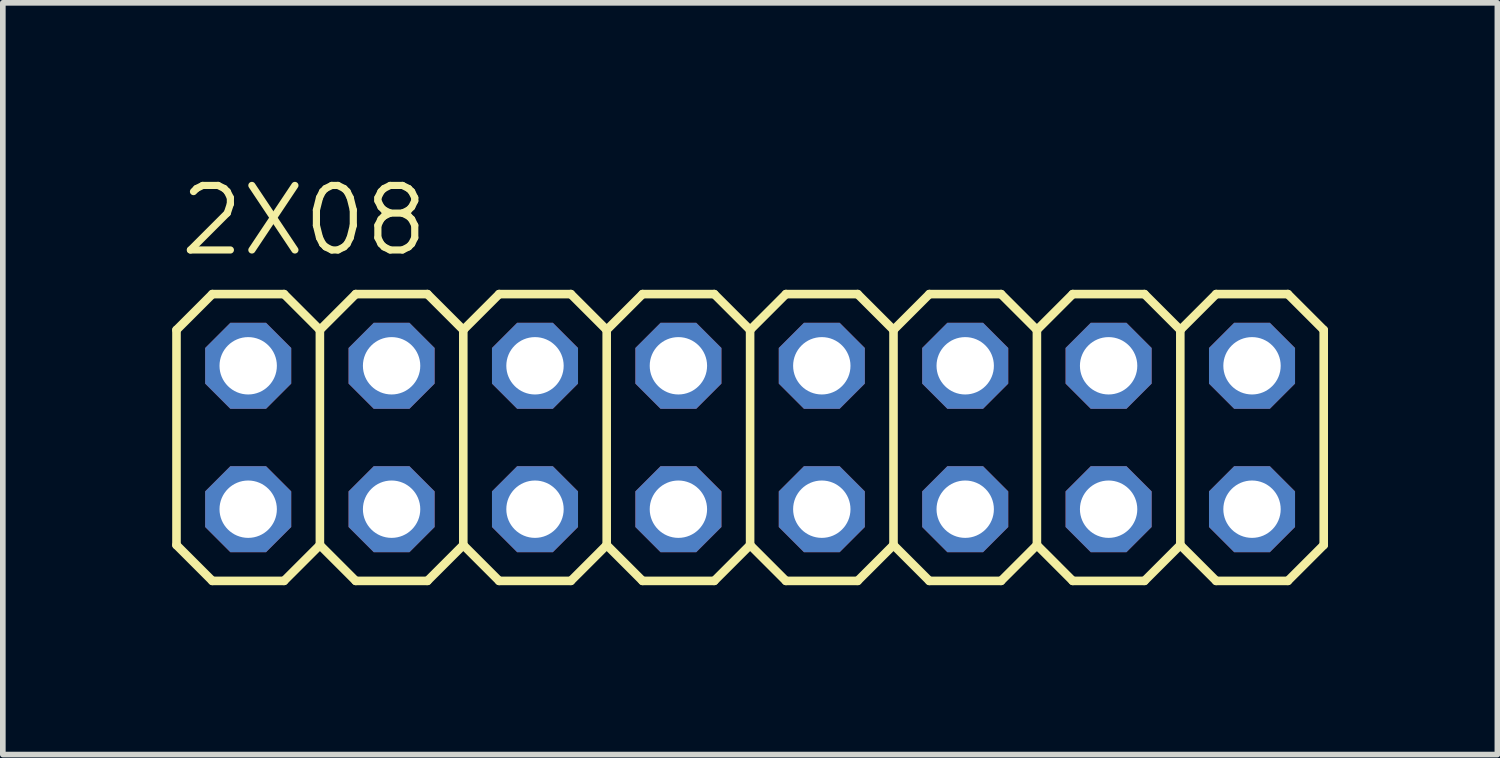
<source format=kicad_pcb>
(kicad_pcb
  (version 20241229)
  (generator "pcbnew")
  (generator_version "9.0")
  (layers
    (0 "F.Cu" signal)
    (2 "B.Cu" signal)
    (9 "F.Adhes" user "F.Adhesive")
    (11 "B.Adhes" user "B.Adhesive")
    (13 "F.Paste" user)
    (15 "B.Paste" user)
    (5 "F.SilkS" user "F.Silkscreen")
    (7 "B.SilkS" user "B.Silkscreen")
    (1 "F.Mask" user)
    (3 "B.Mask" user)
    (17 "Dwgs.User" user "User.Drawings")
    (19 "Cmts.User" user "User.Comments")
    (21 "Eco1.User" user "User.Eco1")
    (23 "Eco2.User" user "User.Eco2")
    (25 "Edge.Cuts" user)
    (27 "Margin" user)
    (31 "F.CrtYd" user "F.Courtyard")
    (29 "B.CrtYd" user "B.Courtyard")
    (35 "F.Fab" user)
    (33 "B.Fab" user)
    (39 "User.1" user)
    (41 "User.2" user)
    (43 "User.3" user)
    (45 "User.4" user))
  (footprint "2X08"
    (layer "F.Cu")
    (at 10.236 4.699)
    (property "Reference" "2X08" (at -10.16 -3.175 0) (unlocked yes) (layer "F.SilkS") (effects (font (size 1.143 1.143) (thickness 0.127)) (justify left bottom)))
    (fp_line (start -10.16 -1.905) (end -9.525 -2.54) (stroke (width 0.152) (type solid)) (layer "F.SilkS"))
    (fp_line (start -10.16 1.905) (end -10.16 -1.905) (stroke (width 0.152) (type solid)) (layer "F.SilkS"))
    (fp_line (start -10.16 1.905) (end -9.525 2.54) (stroke (width 0.152) (type solid)) (layer "F.SilkS"))
    (fp_line (start -9.525 -2.54) (end -8.255 -2.54) (stroke (width 0.152) (type solid)) (layer "F.SilkS"))
    (fp_line (start -9.525 2.54) (end -8.255 2.54) (stroke (width 0.152) (type solid)) (layer "F.SilkS"))
    (fp_line (start -8.255 -2.54) (end -7.62 -1.905) (stroke (width 0.152) (type solid)) (layer "F.SilkS"))
    (fp_line (start -8.255 2.54) (end -7.62 1.905) (stroke (width 0.152) (type solid)) (layer "F.SilkS"))
    (fp_line (start -7.62 -1.905) (end -7.62 1.905) (stroke (width 0.152) (type solid)) (layer "F.SilkS"))
    (fp_line (start -7.62 -1.905) (end -6.985 -2.54) (stroke (width 0.152) (type solid)) (layer "F.SilkS"))
    (fp_line (start -7.62 1.905) (end -6.985 2.54) (stroke (width 0.152) (type solid)) (layer "F.SilkS"))
    (fp_line (start -6.985 -2.54) (end -5.715 -2.54) (stroke (width 0.152) (type solid)) (layer "F.SilkS"))
    (fp_line (start -6.985 2.54) (end -5.715 2.54) (stroke (width 0.152) (type solid)) (layer "F.SilkS"))
    (fp_line (start -5.715 -2.54) (end -5.08 -1.905) (stroke (width 0.152) (type solid)) (layer "F.SilkS"))
    (fp_line (start -5.715 2.54) (end -5.08 1.905) (stroke (width 0.152) (type solid)) (layer "F.SilkS"))
    (fp_line (start -5.08 -1.905) (end -5.08 1.905) (stroke (width 0.152) (type solid)) (layer "F.SilkS"))
    (fp_line (start -5.08 -1.905) (end -4.445 -2.54) (stroke (width 0.152) (type solid)) (layer "F.SilkS"))
    (fp_line (start -5.08 1.905) (end -4.445 2.54) (stroke (width 0.152) (type solid)) (layer "F.SilkS"))
    (fp_line (start -4.445 -2.54) (end -3.175 -2.54) (stroke (width 0.152) (type solid)) (layer "F.SilkS"))
    (fp_line (start -4.445 2.54) (end -3.175 2.54) (stroke (width 0.152) (type solid)) (layer "F.SilkS"))
    (fp_line (start -3.175 -2.54) (end -2.54 -1.905) (stroke (width 0.152) (type solid)) (layer "F.SilkS"))
    (fp_line (start -3.175 2.54) (end -2.54 1.905) (stroke (width 0.152) (type solid)) (layer "F.SilkS"))
    (fp_line (start -2.54 -1.905) (end -2.54 1.905) (stroke (width 0.152) (type solid)) (layer "F.SilkS"))
    (fp_line (start -2.54 -1.905) (end -1.905 -2.54) (stroke (width 0.152) (type solid)) (layer "F.SilkS"))
    (fp_line (start -2.54 1.905) (end -1.905 2.54) (stroke (width 0.152) (type solid)) (layer "F.SilkS"))
    (fp_line (start -1.905 -2.54) (end -0.635 -2.54) (stroke (width 0.152) (type solid)) (layer "F.SilkS"))
    (fp_line (start -1.905 2.54) (end -0.635 2.54) (stroke (width 0.152) (type solid)) (layer "F.SilkS"))
    (fp_line (start -0.635 -2.54) (end 0 -1.905) (stroke (width 0.152) (type solid)) (layer "F.SilkS"))
    (fp_line (start -0.635 2.54) (end 0 1.905) (stroke (width 0.152) (type solid)) (layer "F.SilkS"))
    (fp_line (start 0 -1.905) (end 0 1.905) (stroke (width 0.152) (type solid)) (layer "F.SilkS"))
    (fp_line (start 0 -1.905) (end 0.635 -2.54) (stroke (width 0.152) (type solid)) (layer "F.SilkS"))
    (fp_line (start 0 1.905) (end 0.635 2.54) (stroke (width 0.152) (type solid)) (layer "F.SilkS"))
    (fp_line (start 0.635 -2.54) (end 1.905 -2.54) (stroke (width 0.152) (type solid)) (layer "F.SilkS"))
    (fp_line (start 0.635 2.54) (end 1.905 2.54) (stroke (width 0.152) (type solid)) (layer "F.SilkS"))
    (fp_line (start 1.905 -2.54) (end 2.54 -1.905) (stroke (width 0.152) (type solid)) (layer "F.SilkS"))
    (fp_line (start 1.905 2.54) (end 2.54 1.905) (stroke (width 0.152) (type solid)) (layer "F.SilkS"))
    (fp_line (start 2.54 -1.905) (end 2.54 1.905) (stroke (width 0.152) (type solid)) (layer "F.SilkS"))
    (fp_line (start 2.54 -1.905) (end 3.175 -2.54) (stroke (width 0.152) (type solid)) (layer "F.SilkS"))
    (fp_line (start 2.54 1.905) (end 3.175 2.54) (stroke (width 0.152) (type solid)) (layer "F.SilkS"))
    (fp_line (start 3.175 -2.54) (end 4.445 -2.54) (stroke (width 0.152) (type solid)) (layer "F.SilkS"))
    (fp_line (start 3.175 2.54) (end 4.445 2.54) (stroke (width 0.152) (type solid)) (layer "F.SilkS"))
    (fp_line (start 4.445 -2.54) (end 5.08 -1.905) (stroke (width 0.152) (type solid)) (layer "F.SilkS"))
    (fp_line (start 4.445 2.54) (end 5.08 1.905) (stroke (width 0.152) (type solid)) (layer "F.SilkS"))
    (fp_line (start 5.08 -1.905) (end 5.08 1.905) (stroke (width 0.152) (type solid)) (layer "F.SilkS"))
    (fp_line (start 5.08 -1.905) (end 5.715 -2.54) (stroke (width 0.152) (type solid)) (layer "F.SilkS"))
    (fp_line (start 5.08 1.905) (end 5.715 2.54) (stroke (width 0.152) (type solid)) (layer "F.SilkS"))
    (fp_line (start 5.715 -2.54) (end 6.985 -2.54) (stroke (width 0.152) (type solid)) (layer "F.SilkS"))
    (fp_line (start 5.715 2.54) (end 6.985 2.54) (stroke (width 0.152) (type solid)) (layer "F.SilkS"))
    (fp_line (start 6.985 -2.54) (end 7.62 -1.905) (stroke (width 0.152) (type solid)) (layer "F.SilkS"))
    (fp_line (start 7.62 -1.905) (end 7.62 1.905) (stroke (width 0.152) (type solid)) (layer "F.SilkS"))
    (fp_line (start 7.62 -1.905) (end 8.255 -2.54) (stroke (width 0.152) (type solid)) (layer "F.SilkS"))
    (fp_line (start 7.62 1.905) (end 6.985 2.54) (stroke (width 0.152) (type solid)) (layer "F.SilkS"))
    (fp_line (start 7.62 1.905) (end 8.255 2.54) (stroke (width 0.152) (type solid)) (layer "F.SilkS"))
    (fp_line (start 8.255 -2.54) (end 9.525 -2.54) (stroke (width 0.152) (type solid)) (layer "F.SilkS"))
    (fp_line (start 8.255 2.54) (end 9.525 2.54) (stroke (width 0.152) (type solid)) (layer "F.SilkS"))
    (fp_line (start 9.525 -2.54) (end 10.16 -1.905) (stroke (width 0.152) (type solid)) (layer "F.SilkS"))
    (fp_line (start 10.16 -1.905) (end 10.16 1.905) (stroke (width 0.152) (type solid)) (layer "F.SilkS"))
    (fp_line (start 10.16 1.905) (end 9.525 2.54) (stroke (width 0.152) (type solid)) (layer "F.SilkS"))
    (fp_poly (pts (xy -9.144 -1.016) (xy -8.636 -1.016) (xy -8.636 -1.524) (xy -9.144 -1.524)) (stroke (width 0.1) (type default)) (fill no) (layer "F.Fab"))
    (fp_poly (pts (xy -9.144 1.524) (xy -8.636 1.524) (xy -8.636 1.016) (xy -9.144 1.016)) (stroke (width 0.1) (type default)) (fill no) (layer "F.Fab"))
    (fp_poly (pts (xy -6.604 -1.016) (xy -6.096 -1.016) (xy -6.096 -1.524) (xy -6.604 -1.524)) (stroke (width 0.1) (type default)) (fill no) (layer "F.Fab"))
    (fp_poly (pts (xy -6.604 1.524) (xy -6.096 1.524) (xy -6.096 1.016) (xy -6.604 1.016)) (stroke (width 0.1) (type default)) (fill no) (layer "F.Fab"))
    (fp_poly (pts (xy -4.064 -1.016) (xy -3.556 -1.016) (xy -3.556 -1.524) (xy -4.064 -1.524)) (stroke (width 0.1) (type default)) (fill no) (layer "F.Fab"))
    (fp_poly (pts (xy -4.064 1.524) (xy -3.556 1.524) (xy -3.556 1.016) (xy -4.064 1.016)) (stroke (width 0.1) (type default)) (fill no) (layer "F.Fab"))
    (fp_poly (pts (xy -1.524 -1.016) (xy -1.016 -1.016) (xy -1.016 -1.524) (xy -1.524 -1.524)) (stroke (width 0.1) (type default)) (fill no) (layer "F.Fab"))
    (fp_poly (pts (xy -1.524 1.524) (xy -1.016 1.524) (xy -1.016 1.016) (xy -1.524 1.016)) (stroke (width 0.1) (type default)) (fill no) (layer "F.Fab"))
    (fp_poly (pts (xy 1.016 -1.016) (xy 1.524 -1.016) (xy 1.524 -1.524) (xy 1.016 -1.524)) (stroke (width 0.1) (type default)) (fill no) (layer "F.Fab"))
    (fp_poly (pts (xy 1.016 1.524) (xy 1.524 1.524) (xy 1.524 1.016) (xy 1.016 1.016)) (stroke (width 0.1) (type default)) (fill no) (layer "F.Fab"))
    (fp_poly (pts (xy 3.556 -1.016) (xy 4.064 -1.016) (xy 4.064 -1.524) (xy 3.556 -1.524)) (stroke (width 0.1) (type default)) (fill no) (layer "F.Fab"))
    (fp_poly (pts (xy 3.556 1.524) (xy 4.064 1.524) (xy 4.064 1.016) (xy 3.556 1.016)) (stroke (width 0.1) (type default)) (fill no) (layer "F.Fab"))
    (fp_poly (pts (xy 6.096 -1.016) (xy 6.604 -1.016) (xy 6.604 -1.524) (xy 6.096 -1.524)) (stroke (width 0.1) (type default)) (fill no) (layer "F.Fab"))
    (fp_poly (pts (xy 6.096 1.524) (xy 6.604 1.524) (xy 6.604 1.016) (xy 6.096 1.016)) (stroke (width 0.1) (type default)) (fill no) (layer "F.Fab"))
    (fp_poly (pts (xy 8.636 -1.016) (xy 9.144 -1.016) (xy 9.144 -1.524) (xy 8.636 -1.524)) (stroke (width 0.1) (type default)) (fill no) (layer "F.Fab"))
    (fp_poly (pts (xy 8.636 1.524) (xy 9.144 1.524) (xy 9.144 1.016) (xy 8.636 1.016)) (stroke (width 0.1) (type default)) (fill no) (layer "F.Fab"))
    (pad "1" thru_hole roundrect (at -8.89 1.27) (size 1.524 1.524) (drill 1.016) (layers "*.Cu" "*.Mask") (roundrect_rratio 0.25) (chamfer_ratio 0.293) (chamfer top_left top_right bottom_left bottom_right))
    (pad "2" thru_hole roundrect (at -8.89 -1.27) (size 1.524 1.524) (drill 1.016) (layers "*.Cu" "*.Mask") (roundrect_rratio 0.25) (chamfer_ratio 0.293) (chamfer top_left top_right bottom_left bottom_right))
    (pad "3" thru_hole roundrect (at -6.35 1.27) (size 1.524 1.524) (drill 1.016) (layers "*.Cu" "*.Mask") (roundrect_rratio 0.25) (chamfer_ratio 0.293) (chamfer top_left top_right bottom_left bottom_right))
    (pad "4" thru_hole roundrect (at -6.35 -1.27) (size 1.524 1.524) (drill 1.016) (layers "*.Cu" "*.Mask") (roundrect_rratio 0.25) (chamfer_ratio 0.293) (chamfer top_left top_right bottom_left bottom_right))
    (pad "5" thru_hole roundrect (at -3.81 1.27) (size 1.524 1.524) (drill 1.016) (layers "*.Cu" "*.Mask") (roundrect_rratio 0.25) (chamfer_ratio 0.293) (chamfer top_left top_right bottom_left bottom_right))
    (pad "6" thru_hole roundrect (at -3.81 -1.27) (size 1.524 1.524) (drill 1.016) (layers "*.Cu" "*.Mask") (roundrect_rratio 0.25) (chamfer_ratio 0.293) (chamfer top_left top_right bottom_left bottom_right))
    (pad "7" thru_hole roundrect (at -1.27 1.27) (size 1.524 1.524) (drill 1.016) (layers "*.Cu" "*.Mask") (roundrect_rratio 0.25) (chamfer_ratio 0.293) (chamfer top_left top_right bottom_left bottom_right))
    (pad "8" thru_hole roundrect (at -1.27 -1.27) (size 1.524 1.524) (drill 1.016) (layers "*.Cu" "*.Mask") (roundrect_rratio 0.25) (chamfer_ratio 0.293) (chamfer top_left top_right bottom_left bottom_right))
    (pad "9" thru_hole roundrect (at 1.27 1.27) (size 1.524 1.524) (drill 1.016) (layers "*.Cu" "*.Mask") (roundrect_rratio 0.25) (chamfer_ratio 0.293) (chamfer top_left top_right bottom_left bottom_right))
    (pad "10" thru_hole roundrect (at 1.27 -1.27) (size 1.524 1.524) (drill 1.016) (layers "*.Cu" "*.Mask") (roundrect_rratio 0.25) (chamfer_ratio 0.293) (chamfer top_left top_right bottom_left bottom_right))
    (pad "11" thru_hole roundrect (at 3.81 1.27) (size 1.524 1.524) (drill 1.016) (layers "*.Cu" "*.Mask") (roundrect_rratio 0.25) (chamfer_ratio 0.293) (chamfer top_left top_right bottom_left bottom_right))
    (pad "12" thru_hole roundrect (at 3.81 -1.27) (size 1.524 1.524) (drill 1.016) (layers "*.Cu" "*.Mask") (roundrect_rratio 0.25) (chamfer_ratio 0.293) (chamfer top_left top_right bottom_left bottom_right))
    (pad "13" thru_hole roundrect (at 6.35 1.27) (size 1.524 1.524) (drill 1.016) (layers "*.Cu" "*.Mask") (roundrect_rratio 0.25) (chamfer_ratio 0.293) (chamfer top_left top_right bottom_left bottom_right))
    (pad "14" thru_hole roundrect (at 6.35 -1.27) (size 1.524 1.524) (drill 1.016) (layers "*.Cu" "*.Mask") (roundrect_rratio 0.25) (chamfer_ratio 0.293) (chamfer top_left top_right bottom_left bottom_right))
    (pad "15" thru_hole roundrect (at 8.89 1.27) (size 1.524 1.524) (drill 1.016) (layers "*.Cu" "*.Mask") (roundrect_rratio 0.25) (chamfer_ratio 0.293) (chamfer top_left top_right bottom_left bottom_right))
    (pad "16" thru_hole roundrect (at 8.89 -1.27) (size 1.524 1.524) (drill 1.016) (layers "*.Cu" "*.Mask") (roundrect_rratio 0.25) (chamfer_ratio 0.293) (chamfer top_left top_right bottom_left bottom_right)))
  (gr_rect
    (start -3 -3)
    (end 23.472 10.315)
    (stroke (width 0.1) (type default))
    (fill no)
    (layer "Edge.Cuts")))
</source>
